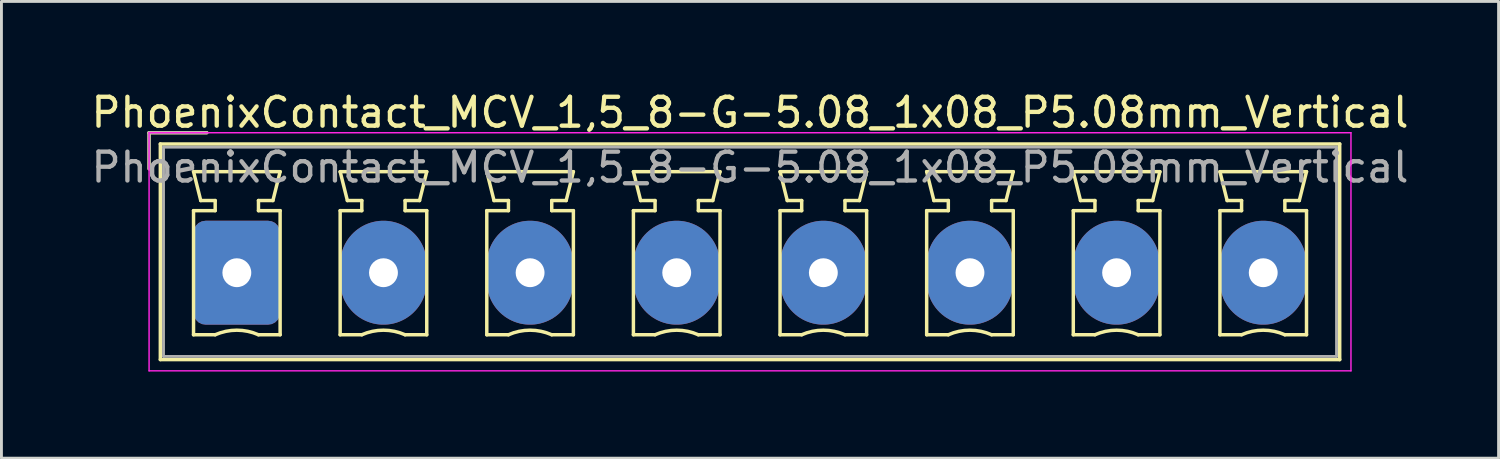
<source format=kicad_pcb>
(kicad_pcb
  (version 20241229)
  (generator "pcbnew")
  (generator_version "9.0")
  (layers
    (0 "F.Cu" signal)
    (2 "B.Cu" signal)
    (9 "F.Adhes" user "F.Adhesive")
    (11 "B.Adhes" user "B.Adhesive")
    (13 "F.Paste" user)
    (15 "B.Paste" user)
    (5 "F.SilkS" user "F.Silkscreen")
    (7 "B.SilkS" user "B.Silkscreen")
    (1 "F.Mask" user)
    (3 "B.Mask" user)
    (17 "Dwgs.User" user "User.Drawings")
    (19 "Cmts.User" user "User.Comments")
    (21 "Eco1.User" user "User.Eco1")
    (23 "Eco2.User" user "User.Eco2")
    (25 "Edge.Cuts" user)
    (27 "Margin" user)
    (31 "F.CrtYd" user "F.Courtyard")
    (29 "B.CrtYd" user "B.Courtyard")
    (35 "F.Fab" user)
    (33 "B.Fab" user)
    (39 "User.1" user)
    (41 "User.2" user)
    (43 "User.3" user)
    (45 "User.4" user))
  (footprint "PhoenixContact_MCV_1,5_8-G-5.08_1x08_P5.08mm_Vertical"
    (layer "F.Cu")
    (at 5.155 6.398)
    (property "Reference" "PhoenixContact_MCV_1,5_8-G-5.08_1x08_P5.08mm_Vertical" (at 17.78 -5.55 0) (layer "F.SilkS") (effects (font (size 1 1) (thickness 0.15))))
    (attr through_hole)
    (fp_line (start -3.04 -4.85) (end -1.04 -4.85) (stroke (width 0.12) (type solid)) (layer "F.SilkS"))
    (fp_line (start -3.04 -3.6) (end -3.04 -4.85) (stroke (width 0.12) (type solid)) (layer "F.SilkS"))
    (fp_line (start -2.65 -4.46) (end -2.65 3.01) (stroke (width 0.12) (type solid)) (layer "F.SilkS"))
    (fp_line (start -2.65 3.01) (end 38.21 3.01) (stroke (width 0.12) (type solid)) (layer "F.SilkS"))
    (fp_line (start -1.5 -3.5) (end 1.5 -3.5) (stroke (width 0.12) (type solid)) (layer "F.SilkS"))
    (fp_line (start -1.5 -2.15) (end -0.75 -2.15) (stroke (width 0.12) (type solid)) (layer "F.SilkS"))
    (fp_line (start -1.5 2.15) (end -1.5 -2.15) (stroke (width 0.12) (type solid)) (layer "F.SilkS"))
    (fp_line (start -1.25 -2.5) (end -1.5 -3.5) (stroke (width 0.12) (type solid)) (layer "F.SilkS"))
    (fp_line (start -0.75 -2.5) (end -1.25 -2.5) (stroke (width 0.12) (type solid)) (layer "F.SilkS"))
    (fp_line (start -0.75 -2.15) (end -0.75 -2.5) (stroke (width 0.12) (type solid)) (layer "F.SilkS"))
    (fp_line (start -0.75 2.15) (end -1.5 2.15) (stroke (width 0.12) (type solid)) (layer "F.SilkS"))
    (fp_line (start 0.75 -2.5) (end 0.75 -2.15) (stroke (width 0.12) (type solid)) (layer "F.SilkS"))
    (fp_line (start 0.75 -2.15) (end 1.5 -2.15) (stroke (width 0.12) (type solid)) (layer "F.SilkS"))
    (fp_line (start 1.25 -2.5) (end 0.75 -2.5) (stroke (width 0.12) (type solid)) (layer "F.SilkS"))
    (fp_line (start 1.5 -3.5) (end 1.25 -2.5) (stroke (width 0.12) (type solid)) (layer "F.SilkS"))
    (fp_line (start 1.5 -2.15) (end 1.5 2.15) (stroke (width 0.12) (type solid)) (layer "F.SilkS"))
    (fp_line (start 1.5 2.15) (end 0.75 2.15) (stroke (width 0.12) (type solid)) (layer "F.SilkS"))
    (fp_line (start 3.58 -3.5) (end 6.58 -3.5) (stroke (width 0.12) (type solid)) (layer "F.SilkS"))
    (fp_line (start 3.58 -2.15) (end 4.33 -2.15) (stroke (width 0.12) (type solid)) (layer "F.SilkS"))
    (fp_line (start 3.58 2.15) (end 3.58 -2.15) (stroke (width 0.12) (type solid)) (layer "F.SilkS"))
    (fp_line (start 3.83 -2.5) (end 3.58 -3.5) (stroke (width 0.12) (type solid)) (layer "F.SilkS"))
    (fp_line (start 4.33 -2.5) (end 3.83 -2.5) (stroke (width 0.12) (type solid)) (layer "F.SilkS"))
    (fp_line (start 4.33 -2.15) (end 4.33 -2.5) (stroke (width 0.12) (type solid)) (layer "F.SilkS"))
    (fp_line (start 4.33 2.15) (end 3.58 2.15) (stroke (width 0.12) (type solid)) (layer "F.SilkS"))
    (fp_line (start 5.83 -2.5) (end 5.83 -2.15) (stroke (width 0.12) (type solid)) (layer "F.SilkS"))
    (fp_line (start 5.83 -2.15) (end 6.58 -2.15) (stroke (width 0.12) (type solid)) (layer "F.SilkS"))
    (fp_line (start 6.33 -2.5) (end 5.83 -2.5) (stroke (width 0.12) (type solid)) (layer "F.SilkS"))
    (fp_line (start 6.58 -3.5) (end 6.33 -2.5) (stroke (width 0.12) (type solid)) (layer "F.SilkS"))
    (fp_line (start 6.58 -2.15) (end 6.58 2.15) (stroke (width 0.12) (type solid)) (layer "F.SilkS"))
    (fp_line (start 6.58 2.15) (end 5.83 2.15) (stroke (width 0.12) (type solid)) (layer "F.SilkS"))
    (fp_line (start 8.66 -3.5) (end 11.66 -3.5) (stroke (width 0.12) (type solid)) (layer "F.SilkS"))
    (fp_line (start 8.66 -2.15) (end 9.41 -2.15) (stroke (width 0.12) (type solid)) (layer "F.SilkS"))
    (fp_line (start 8.66 2.15) (end 8.66 -2.15) (stroke (width 0.12) (type solid)) (layer "F.SilkS"))
    (fp_line (start 8.91 -2.5) (end 8.66 -3.5) (stroke (width 0.12) (type solid)) (layer "F.SilkS"))
    (fp_line (start 9.41 -2.5) (end 8.91 -2.5) (stroke (width 0.12) (type solid)) (layer "F.SilkS"))
    (fp_line (start 9.41 -2.15) (end 9.41 -2.5) (stroke (width 0.12) (type solid)) (layer "F.SilkS"))
    (fp_line (start 9.41 2.15) (end 8.66 2.15) (stroke (width 0.12) (type solid)) (layer "F.SilkS"))
    (fp_line (start 10.91 -2.5) (end 10.91 -2.15) (stroke (width 0.12) (type solid)) (layer "F.SilkS"))
    (fp_line (start 10.91 -2.15) (end 11.66 -2.15) (stroke (width 0.12) (type solid)) (layer "F.SilkS"))
    (fp_line (start 11.41 -2.5) (end 10.91 -2.5) (stroke (width 0.12) (type solid)) (layer "F.SilkS"))
    (fp_line (start 11.66 -3.5) (end 11.41 -2.5) (stroke (width 0.12) (type solid)) (layer "F.SilkS"))
    (fp_line (start 11.66 -2.15) (end 11.66 2.15) (stroke (width 0.12) (type solid)) (layer "F.SilkS"))
    (fp_line (start 11.66 2.15) (end 10.91 2.15) (stroke (width 0.12) (type solid)) (layer "F.SilkS"))
    (fp_line (start 13.74 -3.5) (end 16.74 -3.5) (stroke (width 0.12) (type solid)) (layer "F.SilkS"))
    (fp_line (start 13.74 -2.15) (end 14.49 -2.15) (stroke (width 0.12) (type solid)) (layer "F.SilkS"))
    (fp_line (start 13.74 2.15) (end 13.74 -2.15) (stroke (width 0.12) (type solid)) (layer "F.SilkS"))
    (fp_line (start 13.99 -2.5) (end 13.74 -3.5) (stroke (width 0.12) (type solid)) (layer "F.SilkS"))
    (fp_line (start 14.49 -2.5) (end 13.99 -2.5) (stroke (width 0.12) (type solid)) (layer "F.SilkS"))
    (fp_line (start 14.49 -2.15) (end 14.49 -2.5) (stroke (width 0.12) (type solid)) (layer "F.SilkS"))
    (fp_line (start 14.49 2.15) (end 13.74 2.15) (stroke (width 0.12) (type solid)) (layer "F.SilkS"))
    (fp_line (start 15.99 -2.5) (end 15.99 -2.15) (stroke (width 0.12) (type solid)) (layer "F.SilkS"))
    (fp_line (start 15.99 -2.15) (end 16.74 -2.15) (stroke (width 0.12) (type solid)) (layer "F.SilkS"))
    (fp_line (start 16.49 -2.5) (end 15.99 -2.5) (stroke (width 0.12) (type solid)) (layer "F.SilkS"))
    (fp_line (start 16.74 -3.5) (end 16.49 -2.5) (stroke (width 0.12) (type solid)) (layer "F.SilkS"))
    (fp_line (start 16.74 -2.15) (end 16.74 2.15) (stroke (width 0.12) (type solid)) (layer "F.SilkS"))
    (fp_line (start 16.74 2.15) (end 15.99 2.15) (stroke (width 0.12) (type solid)) (layer "F.SilkS"))
    (fp_line (start 18.82 -3.5) (end 21.82 -3.5) (stroke (width 0.12) (type solid)) (layer "F.SilkS"))
    (fp_line (start 18.82 -2.15) (end 19.57 -2.15) (stroke (width 0.12) (type solid)) (layer "F.SilkS"))
    (fp_line (start 18.82 2.15) (end 18.82 -2.15) (stroke (width 0.12) (type solid)) (layer "F.SilkS"))
    (fp_line (start 19.07 -2.5) (end 18.82 -3.5) (stroke (width 0.12) (type solid)) (layer "F.SilkS"))
    (fp_line (start 19.57 -2.5) (end 19.07 -2.5) (stroke (width 0.12) (type solid)) (layer "F.SilkS"))
    (fp_line (start 19.57 -2.15) (end 19.57 -2.5) (stroke (width 0.12) (type solid)) (layer "F.SilkS"))
    (fp_line (start 19.57 2.15) (end 18.82 2.15) (stroke (width 0.12) (type solid)) (layer "F.SilkS"))
    (fp_line (start 21.07 -2.5) (end 21.07 -2.15) (stroke (width 0.12) (type solid)) (layer "F.SilkS"))
    (fp_line (start 21.07 -2.15) (end 21.82 -2.15) (stroke (width 0.12) (type solid)) (layer "F.SilkS"))
    (fp_line (start 21.57 -2.5) (end 21.07 -2.5) (stroke (width 0.12) (type solid)) (layer "F.SilkS"))
    (fp_line (start 21.82 -3.5) (end 21.57 -2.5) (stroke (width 0.12) (type solid)) (layer "F.SilkS"))
    (fp_line (start 21.82 -2.15) (end 21.82 2.15) (stroke (width 0.12) (type solid)) (layer "F.SilkS"))
    (fp_line (start 21.82 2.15) (end 21.07 2.15) (stroke (width 0.12) (type solid)) (layer "F.SilkS"))
    (fp_line (start 23.9 -3.5) (end 26.9 -3.5) (stroke (width 0.12) (type solid)) (layer "F.SilkS"))
    (fp_line (start 23.9 -2.15) (end 24.65 -2.15) (stroke (width 0.12) (type solid)) (layer "F.SilkS"))
    (fp_line (start 23.9 2.15) (end 23.9 -2.15) (stroke (width 0.12) (type solid)) (layer "F.SilkS"))
    (fp_line (start 24.15 -2.5) (end 23.9 -3.5) (stroke (width 0.12) (type solid)) (layer "F.SilkS"))
    (fp_line (start 24.65 -2.5) (end 24.15 -2.5) (stroke (width 0.12) (type solid)) (layer "F.SilkS"))
    (fp_line (start 24.65 -2.15) (end 24.65 -2.5) (stroke (width 0.12) (type solid)) (layer "F.SilkS"))
    (fp_line (start 24.65 2.15) (end 23.9 2.15) (stroke (width 0.12) (type solid)) (layer "F.SilkS"))
    (fp_line (start 26.15 -2.5) (end 26.15 -2.15) (stroke (width 0.12) (type solid)) (layer "F.SilkS"))
    (fp_line (start 26.15 -2.15) (end 26.9 -2.15) (stroke (width 0.12) (type solid)) (layer "F.SilkS"))
    (fp_line (start 26.65 -2.5) (end 26.15 -2.5) (stroke (width 0.12) (type solid)) (layer "F.SilkS"))
    (fp_line (start 26.9 -3.5) (end 26.65 -2.5) (stroke (width 0.12) (type solid)) (layer "F.SilkS"))
    (fp_line (start 26.9 -2.15) (end 26.9 2.15) (stroke (width 0.12) (type solid)) (layer "F.SilkS"))
    (fp_line (start 26.9 2.15) (end 26.15 2.15) (stroke (width 0.12) (type solid)) (layer "F.SilkS"))
    (fp_line (start 28.98 -3.5) (end 31.98 -3.5) (stroke (width 0.12) (type solid)) (layer "F.SilkS"))
    (fp_line (start 28.98 -2.15) (end 29.73 -2.15) (stroke (width 0.12) (type solid)) (layer "F.SilkS"))
    (fp_line (start 28.98 2.15) (end 28.98 -2.15) (stroke (width 0.12) (type solid)) (layer "F.SilkS"))
    (fp_line (start 29.23 -2.5) (end 28.98 -3.5) (stroke (width 0.12) (type solid)) (layer "F.SilkS"))
    (fp_line (start 29.73 -2.5) (end 29.23 -2.5) (stroke (width 0.12) (type solid)) (layer "F.SilkS"))
    (fp_line (start 29.73 -2.15) (end 29.73 -2.5) (stroke (width 0.12) (type solid)) (layer "F.SilkS"))
    (fp_line (start 29.73 2.15) (end 28.98 2.15) (stroke (width 0.12) (type solid)) (layer "F.SilkS"))
    (fp_line (start 31.23 -2.5) (end 31.23 -2.15) (stroke (width 0.12) (type solid)) (layer "F.SilkS"))
    (fp_line (start 31.23 -2.15) (end 31.98 -2.15) (stroke (width 0.12) (type solid)) (layer "F.SilkS"))
    (fp_line (start 31.73 -2.5) (end 31.23 -2.5) (stroke (width 0.12) (type solid)) (layer "F.SilkS"))
    (fp_line (start 31.98 -3.5) (end 31.73 -2.5) (stroke (width 0.12) (type solid)) (layer "F.SilkS"))
    (fp_line (start 31.98 -2.15) (end 31.98 2.15) (stroke (width 0.12) (type solid)) (layer "F.SilkS"))
    (fp_line (start 31.98 2.15) (end 31.23 2.15) (stroke (width 0.12) (type solid)) (layer "F.SilkS"))
    (fp_line (start 34.06 -3.5) (end 37.06 -3.5) (stroke (width 0.12) (type solid)) (layer "F.SilkS"))
    (fp_line (start 34.06 -2.15) (end 34.81 -2.15) (stroke (width 0.12) (type solid)) (layer "F.SilkS"))
    (fp_line (start 34.06 2.15) (end 34.06 -2.15) (stroke (width 0.12) (type solid)) (layer "F.SilkS"))
    (fp_line (start 34.31 -2.5) (end 34.06 -3.5) (stroke (width 0.12) (type solid)) (layer "F.SilkS"))
    (fp_line (start 34.81 -2.5) (end 34.31 -2.5) (stroke (width 0.12) (type solid)) (layer "F.SilkS"))
    (fp_line (start 34.81 -2.15) (end 34.81 -2.5) (stroke (width 0.12) (type solid)) (layer "F.SilkS"))
    (fp_line (start 34.81 2.15) (end 34.06 2.15) (stroke (width 0.12) (type solid)) (layer "F.SilkS"))
    (fp_line (start 36.31 -2.5) (end 36.31 -2.15) (stroke (width 0.12) (type solid)) (layer "F.SilkS"))
    (fp_line (start 36.31 -2.15) (end 37.06 -2.15) (stroke (width 0.12) (type solid)) (layer "F.SilkS"))
    (fp_line (start 36.81 -2.5) (end 36.31 -2.5) (stroke (width 0.12) (type solid)) (layer "F.SilkS"))
    (fp_line (start 37.06 -3.5) (end 36.81 -2.5) (stroke (width 0.12) (type solid)) (layer "F.SilkS"))
    (fp_line (start 37.06 -2.15) (end 37.06 2.15) (stroke (width 0.12) (type solid)) (layer "F.SilkS"))
    (fp_line (start 37.06 2.15) (end 36.31 2.15) (stroke (width 0.12) (type solid)) (layer "F.SilkS"))
    (fp_line (start 38.21 -4.46) (end -2.65 -4.46) (stroke (width 0.12) (type solid)) (layer "F.SilkS"))
    (fp_line (start 38.21 3.01) (end 38.21 -4.46) (stroke (width 0.12) (type solid)) (layer "F.SilkS"))
    (fp_arc (start -0.75 2.15) (mid -0.000193 1.99191) (end 0.749647 2.149844) (stroke (width 0.12) (type solid)) (layer "F.SilkS"))
    (fp_arc (start 4.33 2.15) (mid 5.079807 1.99191) (end 5.829647 2.149844) (stroke (width 0.12) (type solid)) (layer "F.SilkS"))
    (fp_arc (start 9.41 2.15) (mid 10.159807 1.99191) (end 10.909647 2.149844) (stroke (width 0.12) (type solid)) (layer "F.SilkS"))
    (fp_arc (start 14.49 2.15) (mid 15.239807 1.99191) (end 15.989647 2.149844) (stroke (width 0.12) (type solid)) (layer "F.SilkS"))
    (fp_arc (start 19.57 2.15) (mid 20.319807 1.99191) (end 21.069647 2.149844) (stroke (width 0.12) (type solid)) (layer "F.SilkS"))
    (fp_arc (start 24.65 2.15) (mid 25.399807 1.99191) (end 26.149647 2.149844) (stroke (width 0.12) (type solid)) (layer "F.SilkS"))
    (fp_arc (start 29.73 2.15) (mid 30.479807 1.99191) (end 31.229647 2.149844) (stroke (width 0.12) (type solid)) (layer "F.SilkS"))
    (fp_arc (start 34.81 2.15) (mid 35.559807 1.99191) (end 36.309647 2.149844) (stroke (width 0.12) (type solid)) (layer "F.SilkS"))
    (fp_line (start -3.04 -4.85) (end -3.04 3.4) (stroke (width 0.05) (type solid)) (layer "F.CrtYd"))
    (fp_line (start -3.04 3.4) (end 38.6 3.4) (stroke (width 0.05) (type solid)) (layer "F.CrtYd"))
    (fp_line (start 38.6 -4.85) (end -3.04 -4.85) (stroke (width 0.05) (type solid)) (layer "F.CrtYd"))
    (fp_line (start 38.6 3.4) (end 38.6 -4.85) (stroke (width 0.05) (type solid)) (layer "F.CrtYd"))
    (fp_line (start -3.04 -4.85) (end -1.04 -4.85) (stroke (width 0.1) (type solid)) (layer "F.Fab"))
    (fp_line (start -3.04 -3.6) (end -3.04 -4.85) (stroke (width 0.1) (type solid)) (layer "F.Fab"))
    (fp_line (start -2.54 -4.35) (end -2.54 2.9) (stroke (width 0.1) (type solid)) (layer "F.Fab"))
    (fp_line (start -2.54 2.9) (end 38.1 2.9) (stroke (width 0.1) (type solid)) (layer "F.Fab"))
    (fp_line (start 38.1 -4.35) (end -2.54 -4.35) (stroke (width 0.1) (type solid)) (layer "F.Fab"))
    (fp_line (start 38.1 2.9) (end 38.1 -4.35) (stroke (width 0.1) (type solid)) (layer "F.Fab"))
    (fp_text user "${REFERENCE}" (at 17.78 -3.65 0) (layer "F.Fab") (effects (font (size 1 1) (thickness 0.15))))
    (pad "1" thru_hole oval (at 5.08 0) (size 3 3.6) (drill 1) (layers "*.Cu" "*.Mask"))
    (pad "2" thru_hole roundrect (at 0 0) (size 3 3.6) (drill 1) (layers "*.Cu" "*.Mask") (roundrect_rratio 0.139))
    (pad "3" thru_hole oval (at 15.24 0) (size 3 3.6) (drill 1) (layers "*.Cu" "*.Mask"))
    (pad "4" thru_hole oval (at 10.16 0) (size 3 3.6) (drill 1) (layers "*.Cu" "*.Mask"))
    (pad "5" thru_hole oval (at 25.4 0) (size 3 3.6) (drill 1) (layers "*.Cu" "*.Mask"))
    (pad "6" thru_hole oval (at 20.32 0) (size 3 3.6) (drill 1) (layers "*.Cu" "*.Mask"))
    (pad "7" thru_hole oval (at 35.56 0) (size 3 3.6) (drill 1) (layers "*.Cu" "*.Mask"))
    (pad "8" thru_hole oval (at 30.48 0) (size 3 3.6) (drill 1) (layers "*.Cu" "*.Mask")))
  (gr_rect
    (start -3 -3)
    (end 48.869 12.823)
    (stroke (width 0.1) (type default))
    (fill no)
    (layer "Edge.Cuts")))
</source>
